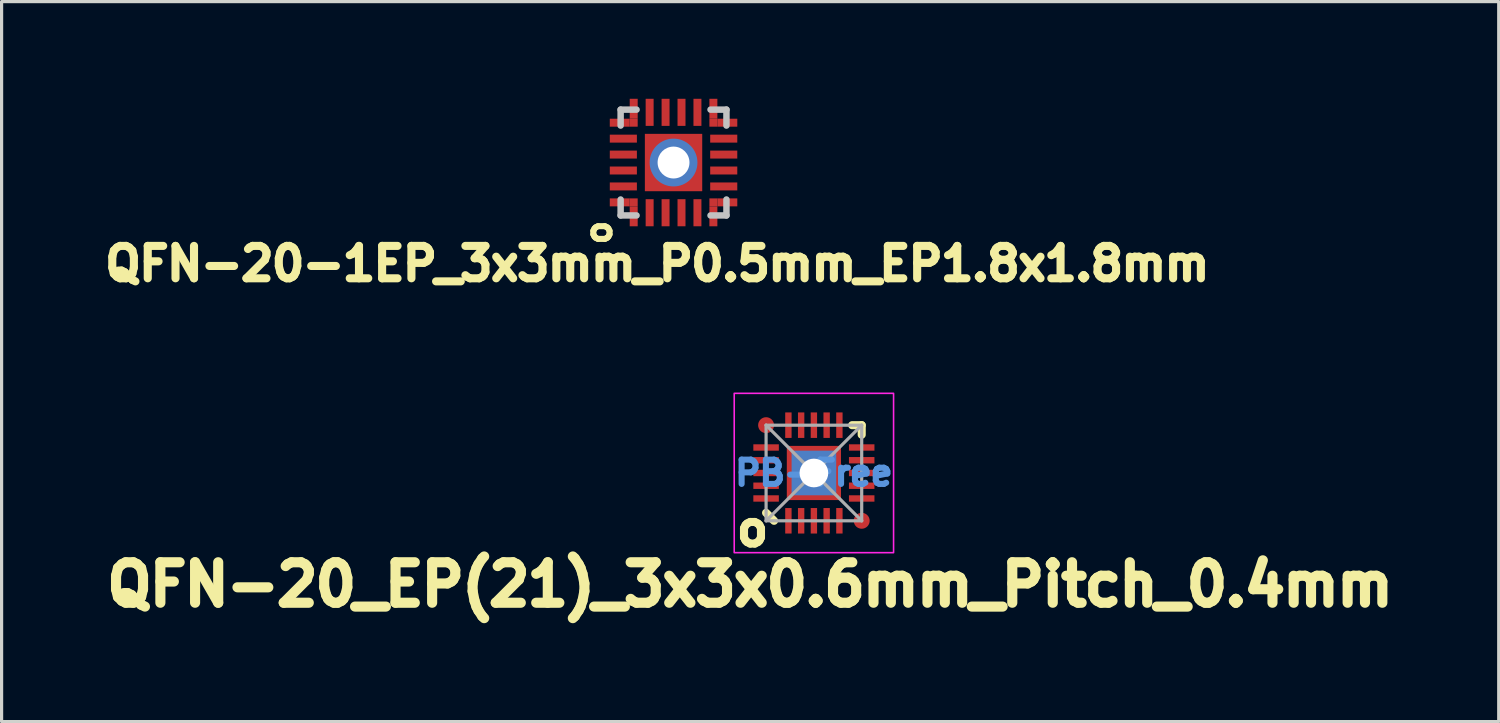
<source format=kicad_pcb>
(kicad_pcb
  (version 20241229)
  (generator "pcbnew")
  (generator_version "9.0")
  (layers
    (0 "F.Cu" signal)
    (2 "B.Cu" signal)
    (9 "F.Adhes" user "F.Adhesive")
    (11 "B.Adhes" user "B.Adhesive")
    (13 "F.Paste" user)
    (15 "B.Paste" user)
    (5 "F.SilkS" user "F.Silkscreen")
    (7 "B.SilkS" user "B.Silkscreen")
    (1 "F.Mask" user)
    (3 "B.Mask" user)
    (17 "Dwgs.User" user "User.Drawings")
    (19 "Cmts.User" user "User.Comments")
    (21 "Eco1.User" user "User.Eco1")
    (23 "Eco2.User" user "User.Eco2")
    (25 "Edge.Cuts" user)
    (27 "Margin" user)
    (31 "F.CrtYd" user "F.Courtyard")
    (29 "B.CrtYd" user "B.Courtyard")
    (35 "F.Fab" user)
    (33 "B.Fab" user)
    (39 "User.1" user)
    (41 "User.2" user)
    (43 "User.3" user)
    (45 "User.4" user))
  (footprint "QFN-20-1EP_3x3mm_P0.5mm_EP1.8x1.8mm"
    (layer "F.Cu")
    (at 18.084 2.05)
    (property "Reference" "QFN-20-1EP_3x3mm_P0.5mm_EP1.8x1.8mm" (at -0.508 3.175 0) (layer "F.SilkS") (effects (font (size 1.016 1.016) (thickness 0.254) (bold yes))))
    (attr smd)
    (fp_line (start -1.66 -1.66) (end -1.16 -1.66) (stroke (width 0.203) (type solid)) (layer "Dwgs.User"))
    (fp_line (start -1.66 -1.16) (end -1.66 -1.66) (stroke (width 0.203) (type solid)) (layer "Dwgs.User"))
    (fp_line (start -1.66 1.66) (end -1.66 1.16) (stroke (width 0.203) (type solid)) (layer "Dwgs.User"))
    (fp_line (start -1.16 1.66) (end -1.66 1.66) (stroke (width 0.203) (type solid)) (layer "Dwgs.User"))
    (fp_line (start 1.66 -1.66) (end 1.16 -1.66) (stroke (width 0.203) (type solid)) (layer "Dwgs.User"))
    (fp_line (start 1.66 -1.16) (end 1.66 -1.66) (stroke (width 0.203) (type solid)) (layer "Dwgs.User"))
    (fp_line (start 1.66 1.16) (end 1.66 1.66) (stroke (width 0.203) (type solid)) (layer "Dwgs.User"))
    (fp_line (start 1.66 1.66) (end 1.16 1.66) (stroke (width 0.203) (type solid)) (layer "Dwgs.User"))
    (fp_text user "o" (at -1.905 2.667 90) (unlocked yes) (layer "F.SilkS") (effects (font (size 0.762 0.762) (thickness 0.191) (bold yes)) (justify left bottom)))
    (pad "" smd rect (at -1.86 -1.25) (size 0.381 0.35) (layers "F.Mask"))
    (pad "" smd rect (at -1.86 1.25) (size 0.381 0.35) (layers "F.Mask"))
    (pad "" smd rect (at -1.25 -1.86 90) (size 0.381 0.35) (layers "F.Mask"))
    (pad "" smd rect (at -1.25 1.86 90) (size 0.381 0.35) (layers "F.Mask"))
    (pad "" smd rect (at 1.25 -1.86 90) (size 0.381 0.35) (layers "F.Mask"))
    (pad "" smd rect (at 1.25 1.86 90) (size 0.381 0.35) (layers "F.Mask"))
    (pad "" smd rect (at 1.86 -1.25) (size 0.381 0.35) (layers "F.Mask"))
    (pad "" smd rect (at 1.86 1.25) (size 0.381 0.35) (layers "F.Mask"))
    (pad "1" smd rect (at -1.688 1.25 90) (size 0.25 0.625) (layers "F.Cu"))
    (pad "1" smd rect (at -1.25 1.25 90) (size 0.25 0.25) (layers "F.Cu" "F.Mask" "F.Paste"))
    (pad "1" smd rect (at -1.25 1.688 180) (size 0.25 0.625) (layers "F.Cu"))
    (pad "2" smd rect (at -0.75 1.575 90) (size 0.85 0.25) (layers "F.Cu" "F.Mask" "F.Paste"))
    (pad "3" smd rect (at -0.25 1.575 90) (size 0.85 0.25) (layers "F.Cu" "F.Mask" "F.Paste"))
    (pad "4" smd rect (at 0.25 1.575 90) (size 0.85 0.25) (layers "F.Cu" "F.Mask" "F.Paste"))
    (pad "5" smd rect (at 0.75 1.575 90) (size 0.85 0.25) (layers "F.Cu" "F.Mask" "F.Paste"))
    (pad "6" smd rect (at 1.25 1.25 90) (size 0.25 0.25) (layers "F.Cu" "F.Mask" "F.Paste"))
    (pad "6" smd rect (at 1.25 1.688 180) (size 0.25 0.625) (layers "F.Cu"))
    (pad "6" smd rect (at 1.688 1.25 90) (size 0.25 0.625) (layers "F.Cu"))
    (pad "7" smd rect (at 1.575 0.75 180) (size 0.85 0.25) (layers "F.Cu" "F.Mask" "F.Paste"))
    (pad "8" smd rect (at 1.575 0.25 180) (size 0.85 0.25) (layers "F.Cu" "F.Mask" "F.Paste"))
    (pad "9" smd rect (at 1.575 -0.25 180) (size 0.85 0.25) (layers "F.Cu" "F.Mask" "F.Paste"))
    (pad "10" smd rect (at 1.575 -0.75 180) (size 0.85 0.25) (layers "F.Cu" "F.Mask" "F.Paste"))
    (pad "11" smd rect (at 1.25 -1.688) (size 0.25 0.625) (layers "F.Cu"))
    (pad "11" smd rect (at 1.25 -1.25 90) (size 0.25 0.25) (layers "F.Cu" "F.Mask" "F.Paste"))
    (pad "11" smd rect (at 1.688 -1.25 90) (size 0.25 0.625) (layers "F.Cu"))
    (pad "12" smd rect (at 0.75 -1.575 90) (size 0.85 0.25) (layers "F.Cu" "F.Mask" "F.Paste"))
    (pad "13" smd rect (at 0.25 -1.575 90) (size 0.85 0.25) (layers "F.Cu" "F.Mask" "F.Paste"))
    (pad "14" smd rect (at -0.25 -1.575 90) (size 0.85 0.25) (layers "F.Cu" "F.Mask" "F.Paste"))
    (pad "15" smd rect (at -0.75 -1.575 90) (size 0.85 0.25) (layers "F.Cu" "F.Mask" "F.Paste"))
    (pad "16" smd rect (at -1.688 -1.25 90) (size 0.25 0.625) (layers "F.Cu"))
    (pad "16" smd rect (at -1.25 -1.688 180) (size 0.25 0.625) (layers "F.Cu"))
    (pad "16" smd rect (at -1.25 -1.25 90) (size 0.25 0.25) (layers "F.Cu" "F.Mask" "F.Paste"))
    (pad "17" smd rect (at -1.575 -0.75 180) (size 0.85 0.25) (layers "F.Cu" "F.Mask" "F.Paste"))
    (pad "18" smd rect (at -1.575 -0.25 180) (size 0.85 0.25) (layers "F.Cu" "F.Mask" "F.Paste"))
    (pad "19" smd rect (at -1.575 0.25 180) (size 0.85 0.25) (layers "F.Cu" "F.Mask" "F.Paste"))
    (pad "20" smd rect (at -1.575 0.75 180) (size 0.85 0.25) (layers "F.Cu" "F.Mask" "F.Paste"))
    (pad "21" thru_hole circle (at 0 0 90) (size 1.5 1.5) (drill 1) (layers "*.Cu" "*.Mask"))
    (pad "21" smd rect (at 0 0 90) (size 1.8 1.8) (layers "F.Cu" "F.Mask" "F.Paste")))
  (footprint "QFN-20_EP(21)_3x3x0.6mm_Pitch_0.4mm"
    (layer "F.Cu")
    (at 22.488 11.791)
    (property "Reference" "QFN-20_EP(21)_3x3x0.6mm_Pitch_0.4mm" (at -2 3.5 0) (layer "F.SilkS") (effects (font (size 1.27 1.27) (thickness 0.318) (bold yes))))
    (attr smd)
    (fp_line (start -1.5 1.25) (end -1.25 1.5) (stroke (width 0.254) (type solid)) (layer "F.SilkS"))
    (fp_line (start 1.5 -1.5) (end 1.2 -1.5) (stroke (width 0.254) (type solid)) (layer "F.SilkS"))
    (fp_line (start 1.5 -1.2) (end 1.5 -1.5) (stroke (width 0.254) (type solid)) (layer "F.SilkS"))
    (fp_rect (start -2.5 -2.5) (end 2.5 2.5) (stroke (width 0.05) (type default)) (fill no) (layer "F.CrtYd"))
    (fp_line (start -1.5 -1.5) (end 1.5 -1.5) (stroke (width 0.1) (type solid)) (layer "F.Fab"))
    (fp_line (start -1.5 -1.5) (end 1.5 1.5) (stroke (width 0.1) (type default)) (layer "F.Fab"))
    (fp_line (start -1.5 1.5) (end -1.5 -1.5) (stroke (width 0.1) (type solid)) (layer "F.Fab"))
    (fp_line (start 1.5 -1.5) (end -1.5 1.5) (stroke (width 0.1) (type default)) (layer "F.Fab"))
    (fp_line (start 1.5 -1.5) (end 1.5 1.5) (stroke (width 0.1) (type solid)) (layer "F.Fab"))
    (fp_line (start 1.5 1.5) (end -1.5 1.5) (stroke (width 0.1) (type solid)) (layer "F.Fab"))
    (fp_text user "o" (at -1.3 1.4 180) (unlocked yes) (layer "F.SilkS") (effects (font (size 1.016 1.016) (thickness 0.254) (bold yes)) (justify left bottom)))
    (fp_text user "PB-Free" (at 0 0 0) (layer "Cmts.User") (effects (font (size 0.762 0.762) (thickness 0.191))))
    (pad "" smd rect (at -1.5 -0.8 180) (size 0.8 0.211) (layers "F.Paste"))
    (pad "" smd rect (at -1.5 -0.4 180) (size 0.8 0.211) (layers "F.Paste"))
    (pad "" smd rect (at -1.5 0 180) (size 0.8 0.211) (layers "F.Paste"))
    (pad "" smd rect (at -1.5 0.4 180) (size 0.8 0.211) (layers "F.Paste"))
    (pad "" smd rect (at -1.5 0.8 180) (size 0.8 0.211) (layers "F.Paste"))
    (pad "" smd rect (at -0.8 -1.5 90) (size 0.8 0.211) (layers "F.Paste"))
    (pad "" smd rect (at -0.8 1.5 90) (size 0.8 0.211) (layers "F.Paste"))
    (pad "" smd rect (at -0.65 0) (size 0.4 0.5) (layers "F.Paste"))
    (pad "" smd rect (at -0.4 -1.5 90) (size 0.8 0.211) (layers "F.Paste"))
    (pad "" smd rect (at -0.4 1.5 90) (size 0.8 0.211) (layers "F.Paste"))
    (pad "" smd rect (at 0 -1.5 90) (size 0.8 0.211) (layers "F.Paste"))
    (pad "" smd rect (at 0 -0.65 90) (size 0.4 0.5) (layers "F.Paste"))
    (pad "" smd rect (at 0 0.65 90) (size 0.4 0.5) (layers "F.Paste"))
    (pad "" smd rect (at 0 1.5 90) (size 0.8 0.211) (layers "F.Paste"))
    (pad "" smd rect (at 0.4 -1.5 90) (size 0.8 0.211) (layers "F.Paste"))
    (pad "" smd rect (at 0.4 1.5 90) (size 0.8 0.211) (layers "F.Paste"))
    (pad "" smd rect (at 0.65 0) (size 0.4 0.5) (layers "F.Paste"))
    (pad "" smd rect (at 0.8 -1.5 90) (size 0.8 0.211) (layers "F.Paste"))
    (pad "" smd rect (at 0.8 1.5 90) (size 0.8 0.211) (layers "F.Paste"))
    (pad "" smd rect (at 1.5 -0.8 180) (size 0.8 0.211) (layers "F.Paste"))
    (pad "" smd rect (at 1.5 -0.4 180) (size 0.8 0.211) (layers "F.Paste"))
    (pad "" smd rect (at 1.5 0 180) (size 0.8 0.211) (layers "F.Paste"))
    (pad "" smd rect (at 1.5 0.4 180) (size 0.8 0.211) (layers "F.Paste"))
    (pad "" smd rect (at 1.5 0.8 180) (size 0.8 0.211) (layers "F.Paste"))
    (pad "1" smd rect (at -0.8 1.5 90) (size 0.8 0.2) (layers "F.Cu" "F.Mask"))
    (pad "2" smd rect (at -0.4 1.5 90) (size 0.8 0.2) (layers "F.Cu" "F.Mask"))
    (pad "3" smd rect (at 0 1.5 90) (size 0.8 0.2) (layers "F.Cu" "F.Mask"))
    (pad "4" smd rect (at 0.4 1.5 90) (size 0.8 0.2) (layers "F.Cu" "F.Mask"))
    (pad "5" smd rect (at 0.8 1.5 90) (size 0.8 0.2) (layers "F.Cu" "F.Mask"))
    (pad "6" smd rect (at 1.5 0.8 180) (size 0.8 0.2) (layers "F.Cu" "F.Mask"))
    (pad "7" smd rect (at 1.5 0.4 180) (size 0.8 0.2) (layers "F.Cu" "F.Mask"))
    (pad "8" smd rect (at 1.5 0 180) (size 0.8 0.2) (layers "F.Cu" "F.Mask"))
    (pad "9" smd rect (at 1.5 -0.4 180) (size 0.8 0.2) (layers "F.Cu" "F.Mask"))
    (pad "10" smd rect (at 1.5 -0.8 180) (size 0.8 0.2) (layers "F.Cu" "F.Mask"))
    (pad "11" smd rect (at 0.8 -1.5 270) (size 0.8 0.2) (layers "F.Cu" "F.Mask"))
    (pad "12" smd rect (at 0.4 -1.5 270) (size 0.8 0.2) (layers "F.Cu" "F.Mask"))
    (pad "13" smd rect (at 0 -1.5 270) (size 0.8 0.2) (layers "F.Cu" "F.Mask"))
    (pad "14" smd rect (at -0.4 -1.5 270) (size 0.8 0.2) (layers "F.Cu" "F.Mask"))
    (pad "15" smd rect (at -0.8 -1.5 270) (size 0.8 0.2) (layers "F.Cu" "F.Mask"))
    (pad "16" smd rect (at -1.5 -0.8) (size 0.8 0.2) (layers "F.Cu" "F.Mask"))
    (pad "17" smd rect (at -1.5 -0.4) (size 0.8 0.2) (layers "F.Cu" "F.Mask"))
    (pad "18" smd rect (at -1.5 0) (size 0.8 0.2) (layers "F.Cu" "F.Mask"))
    (pad "19" smd rect (at -1.5 0.4) (size 0.8 0.2) (layers "F.Cu" "F.Mask"))
    (pad "20" smd rect (at -1.5 0.8) (size 0.8 0.2) (layers "F.Cu" "F.Mask"))
    (pad "21" thru_hole rect (at 0 0) (size 1.4 1.4) (drill 0.9) (property pad_prop_heatsink) (layers "*.Cu" "*.Mask"))
    (pad "21" smd rect (at 0 0) (size 1.7 1.7) (property pad_prop_heatsink) (layers "F.Cu" "F.Mask"))
    (pad "FID1" smd circle (at 1.5 1.5) (size 0.5 0.5) (property pad_prop_fiducial_loc) (layers "F.Cu" "F.Mask"))
    (pad "FID2" smd circle (at -1.5 -1.5) (size 0.5 0.5) (property pad_prop_fiducial_loc) (layers "F.Cu" "F.Mask")))
  (gr_rect
    (start -3 -3)
    (end 43.976 19.591)
    (stroke (width 0.1) (type default))
    (fill no)
    (layer "Edge.Cuts")))
</source>
